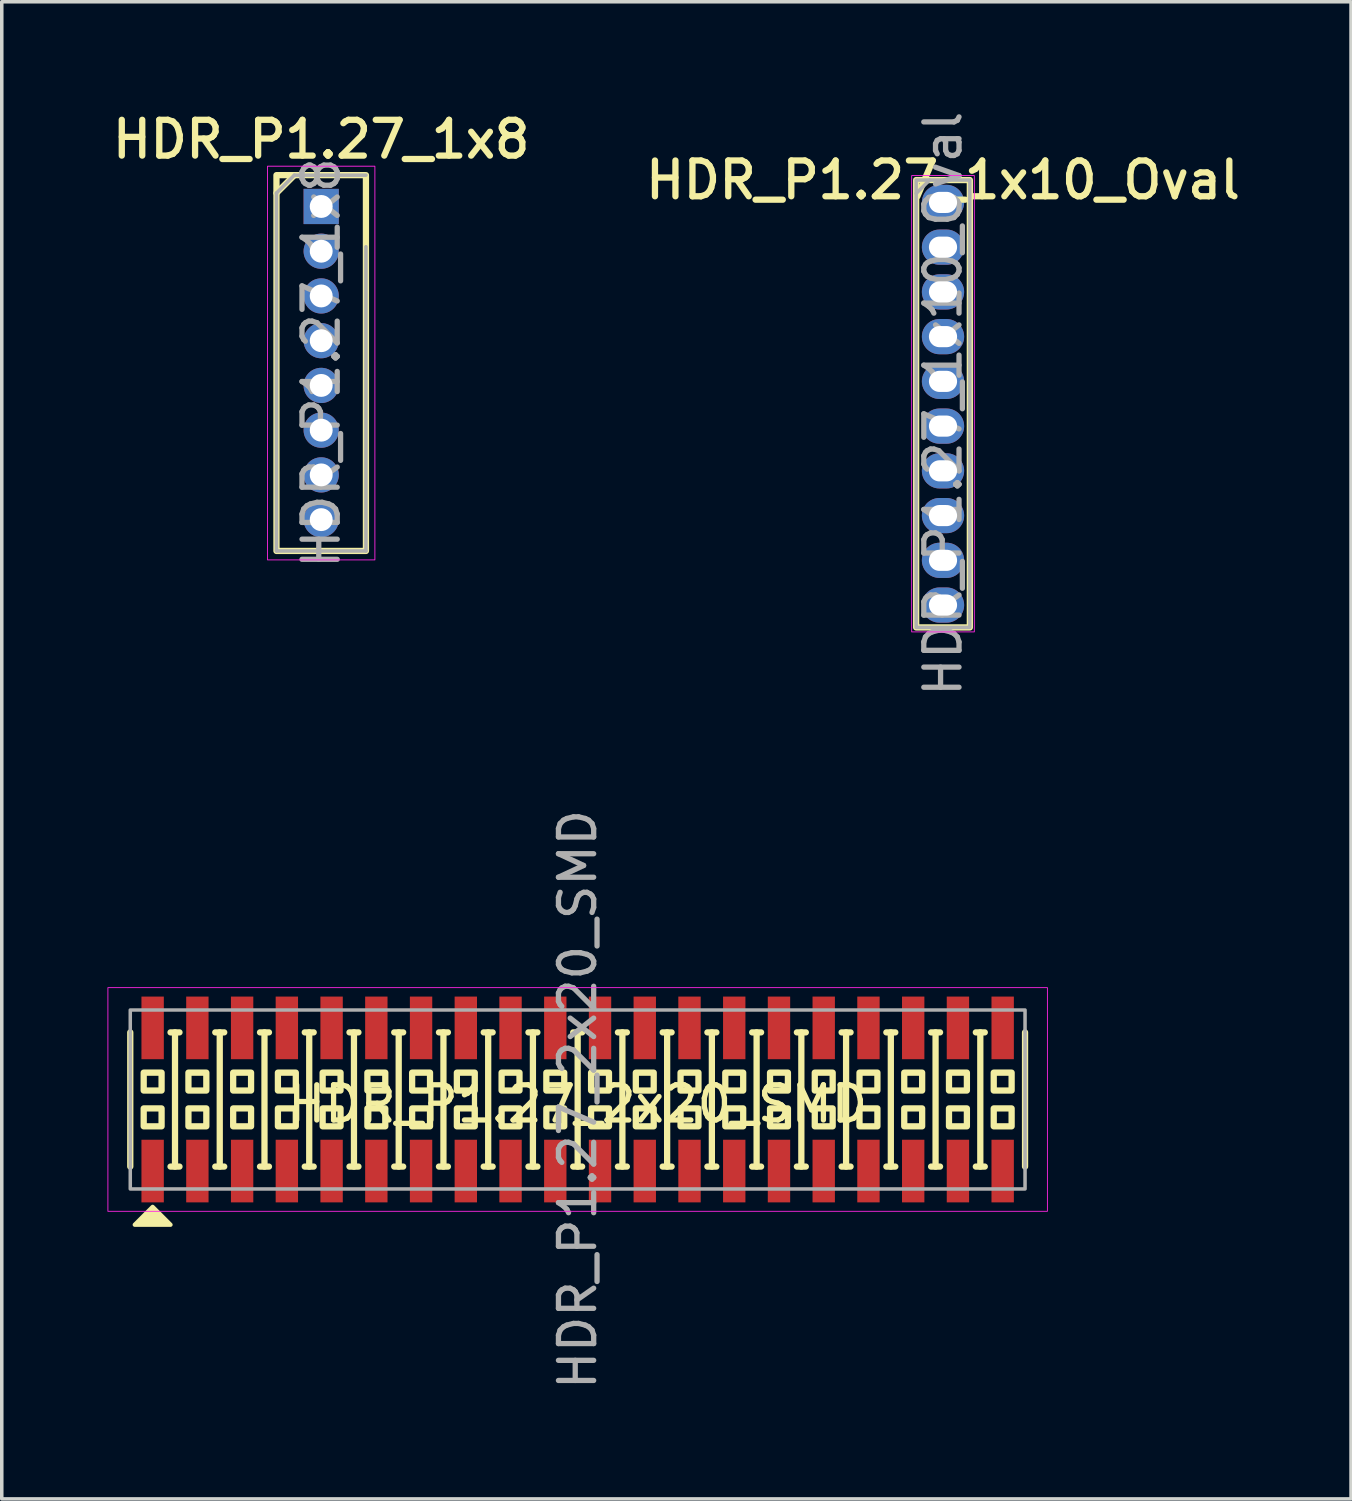
<source format=kicad_pcb>
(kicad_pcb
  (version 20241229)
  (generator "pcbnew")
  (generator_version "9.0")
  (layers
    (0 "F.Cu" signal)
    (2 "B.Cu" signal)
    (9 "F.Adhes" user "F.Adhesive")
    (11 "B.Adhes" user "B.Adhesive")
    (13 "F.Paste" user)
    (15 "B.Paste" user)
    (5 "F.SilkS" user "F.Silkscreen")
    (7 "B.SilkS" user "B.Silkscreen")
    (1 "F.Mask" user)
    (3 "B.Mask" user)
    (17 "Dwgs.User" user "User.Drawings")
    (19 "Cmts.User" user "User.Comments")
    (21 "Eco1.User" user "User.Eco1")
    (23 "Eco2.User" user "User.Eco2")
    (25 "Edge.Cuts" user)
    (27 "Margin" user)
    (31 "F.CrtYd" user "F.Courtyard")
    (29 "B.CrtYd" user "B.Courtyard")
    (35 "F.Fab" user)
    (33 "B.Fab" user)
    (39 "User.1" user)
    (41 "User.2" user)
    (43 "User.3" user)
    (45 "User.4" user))
  (footprint "HDR_P1.27_1x8"
    (layer "F.Cu")
    (at 6.068 7.256)
    (property "Reference" "HDR_P1.27_1x8" (at 0 -6.35 0) (layer "F.SilkS") (effects (font (size 1.016 1.016) (thickness 0.178))))
    (attr through_hole)
    (fp_line (start -1.27 -4.826) (end -0.762 -5.334) (stroke (width 0.178) (type solid)) (layer "F.SilkS"))
    (fp_rect (start -1.27 5.334) (end 1.27 -5.334) (stroke (width 0.178) (type solid)) (fill no) (layer "F.SilkS"))
    (fp_rect (start -1.524 -5.588) (end 1.524 5.588) (stroke (width 0.025) (type solid)) (fill no) (layer "F.CrtYd"))
    (fp_line (start -1.27 -4.826) (end -1.27 5.334) (stroke (width 0.1) (type solid)) (layer "F.Fab"))
    (fp_line (start -1.27 5.334) (end 1.27 5.334) (stroke (width 0.1) (type solid)) (layer "F.Fab"))
    (fp_line (start -0.762 -5.334) (end -1.27 -4.826) (stroke (width 0.1) (type solid)) (layer "F.Fab"))
    (fp_line (start 1.27 -5.334) (end -0.762 -5.334) (stroke (width 0.1) (type solid)) (layer "F.Fab"))
    (fp_line (start 1.27 5.334) (end 1.27 -3.302) (stroke (width 0.1) (type solid)) (layer "F.Fab"))
    (fp_text user "${REFERENCE}" (at 0 0 90) (layer "F.Fab") (effects (font (size 1 1) (thickness 0.15))))
    (pad "1" thru_hole rect (at 0 -4.445) (size 1 1) (drill 0.65) (layers "*.Cu" "*.Mask"))
    (pad "2" thru_hole oval (at 0 -3.175) (size 1 1) (drill 0.65) (layers "*.Cu" "*.Mask"))
    (pad "3" thru_hole oval (at 0 -1.905) (size 1 1) (drill 0.65) (layers "*.Cu" "*.Mask"))
    (pad "4" thru_hole oval (at 0 -0.635) (size 1 1) (drill 0.65) (layers "*.Cu" "*.Mask"))
    (pad "5" thru_hole oval (at 0 0.635) (size 1 1) (drill 0.65) (layers "*.Cu" "*.Mask"))
    (pad "6" thru_hole oval (at 0 1.905) (size 1 1) (drill 0.65) (layers "*.Cu" "*.Mask"))
    (pad "7" thru_hole oval (at 0 3.175) (size 1 1) (drill 0.65) (layers "*.Cu" "*.Mask"))
    (pad "8" thru_hole oval (at 0 4.445) (size 1 1) (drill 0.65) (layers "*.Cu" "*.Mask")))
  (footprint "HDR_P1.27_2x20_SMD"
    (layer "F.Cu")
    (at 13.348 28.161)
    (property "Reference" "HDR_P1.27_2x20_SMD" (at 0 0.127 0) (layer "F.SilkS") (effects (font (size 1 1) (thickness 0.15))))
    (attr smd)
    (fp_line (start -12.7 1.905) (end -12.7 -1.905) (stroke (width 0.178) (type solid)) (layer "F.SilkS"))
    (fp_line (start -11.557 -1.905) (end -11.303 -1.905) (stroke (width 0.178) (type solid)) (layer "F.SilkS"))
    (fp_line (start -11.557 1.905) (end -11.303 1.905) (stroke (width 0.178) (type solid)) (layer "F.SilkS"))
    (fp_line (start -11.43 1.905) (end -11.43 -1.905) (stroke (width 0.178) (type solid)) (layer "F.SilkS"))
    (fp_line (start -10.287 -1.905) (end -10.033 -1.905) (stroke (width 0.178) (type solid)) (layer "F.SilkS"))
    (fp_line (start -10.287 1.905) (end -10.033 1.905) (stroke (width 0.178) (type solid)) (layer "F.SilkS"))
    (fp_line (start -10.16 1.905) (end -10.16 -1.905) (stroke (width 0.178) (type solid)) (layer "F.SilkS"))
    (fp_line (start -9.017 -1.905) (end -8.763 -1.905) (stroke (width 0.178) (type solid)) (layer "F.SilkS"))
    (fp_line (start -9.017 1.905) (end -8.763 1.905) (stroke (width 0.178) (type solid)) (layer "F.SilkS"))
    (fp_line (start -8.89 1.905) (end -8.89 -1.905) (stroke (width 0.178) (type solid)) (layer "F.SilkS"))
    (fp_line (start -7.747 -1.905) (end -7.493 -1.905) (stroke (width 0.178) (type solid)) (layer "F.SilkS"))
    (fp_line (start -7.747 1.905) (end -7.493 1.905) (stroke (width 0.178) (type solid)) (layer "F.SilkS"))
    (fp_line (start -7.62 1.905) (end -7.62 -1.905) (stroke (width 0.178) (type solid)) (layer "F.SilkS"))
    (fp_line (start -6.477 -1.905) (end -6.223 -1.905) (stroke (width 0.178) (type solid)) (layer "F.SilkS"))
    (fp_line (start -6.477 1.905) (end -6.223 1.905) (stroke (width 0.178) (type solid)) (layer "F.SilkS"))
    (fp_line (start -6.35 1.905) (end -6.35 -1.905) (stroke (width 0.178) (type solid)) (layer "F.SilkS"))
    (fp_line (start -5.207 -1.905) (end -4.953 -1.905) (stroke (width 0.178) (type solid)) (layer "F.SilkS"))
    (fp_line (start -5.207 1.905) (end -4.953 1.905) (stroke (width 0.178) (type solid)) (layer "F.SilkS"))
    (fp_line (start -5.08 1.905) (end -5.08 -1.905) (stroke (width 0.178) (type solid)) (layer "F.SilkS"))
    (fp_line (start -3.937 -1.905) (end -3.683 -1.905) (stroke (width 0.178) (type solid)) (layer "F.SilkS"))
    (fp_line (start -3.937 1.905) (end -3.683 1.905) (stroke (width 0.178) (type solid)) (layer "F.SilkS"))
    (fp_line (start -3.81 1.905) (end -3.81 -1.905) (stroke (width 0.178) (type solid)) (layer "F.SilkS"))
    (fp_line (start -2.667 -1.905) (end -2.413 -1.905) (stroke (width 0.178) (type solid)) (layer "F.SilkS"))
    (fp_line (start -2.667 1.905) (end -2.413 1.905) (stroke (width 0.178) (type solid)) (layer "F.SilkS"))
    (fp_line (start -2.54 1.905) (end -2.54 -1.905) (stroke (width 0.178) (type solid)) (layer "F.SilkS"))
    (fp_line (start -1.397 -1.905) (end -1.143 -1.905) (stroke (width 0.178) (type solid)) (layer "F.SilkS"))
    (fp_line (start -1.397 1.905) (end -1.143 1.905) (stroke (width 0.178) (type solid)) (layer "F.SilkS"))
    (fp_line (start -1.27 1.905) (end -1.27 -1.905) (stroke (width 0.178) (type solid)) (layer "F.SilkS"))
    (fp_line (start -0.127 -1.905) (end 0.127 -1.905) (stroke (width 0.178) (type solid)) (layer "F.SilkS"))
    (fp_line (start -0.127 1.905) (end 0.127 1.905) (stroke (width 0.178) (type solid)) (layer "F.SilkS"))
    (fp_line (start 0 1.905) (end 0 -1.905) (stroke (width 0.178) (type solid)) (layer "F.SilkS"))
    (fp_line (start 1.143 -1.905) (end 1.397 -1.905) (stroke (width 0.178) (type solid)) (layer "F.SilkS"))
    (fp_line (start 1.143 1.905) (end 1.397 1.905) (stroke (width 0.178) (type solid)) (layer "F.SilkS"))
    (fp_line (start 1.27 1.905) (end 1.27 -1.905) (stroke (width 0.178) (type solid)) (layer "F.SilkS"))
    (fp_line (start 2.413 -1.905) (end 2.667 -1.905) (stroke (width 0.178) (type solid)) (layer "F.SilkS"))
    (fp_line (start 2.413 1.905) (end 2.667 1.905) (stroke (width 0.178) (type solid)) (layer "F.SilkS"))
    (fp_line (start 2.54 1.905) (end 2.54 -1.905) (stroke (width 0.178) (type solid)) (layer "F.SilkS"))
    (fp_line (start 3.683 -1.905) (end 3.937 -1.905) (stroke (width 0.178) (type solid)) (layer "F.SilkS"))
    (fp_line (start 3.683 1.905) (end 3.937 1.905) (stroke (width 0.178) (type solid)) (layer "F.SilkS"))
    (fp_line (start 3.81 1.905) (end 3.81 -1.905) (stroke (width 0.178) (type solid)) (layer "F.SilkS"))
    (fp_line (start 4.953 -1.905) (end 5.207 -1.905) (stroke (width 0.178) (type solid)) (layer "F.SilkS"))
    (fp_line (start 4.953 1.905) (end 5.207 1.905) (stroke (width 0.178) (type solid)) (layer "F.SilkS"))
    (fp_line (start 5.08 1.905) (end 5.08 -1.905) (stroke (width 0.178) (type solid)) (layer "F.SilkS"))
    (fp_line (start 6.223 -1.905) (end 6.477 -1.905) (stroke (width 0.178) (type solid)) (layer "F.SilkS"))
    (fp_line (start 6.223 1.905) (end 6.477 1.905) (stroke (width 0.178) (type solid)) (layer "F.SilkS"))
    (fp_line (start 6.35 1.905) (end 6.35 -1.905) (stroke (width 0.178) (type solid)) (layer "F.SilkS"))
    (fp_line (start 7.493 -1.905) (end 7.747 -1.905) (stroke (width 0.178) (type solid)) (layer "F.SilkS"))
    (fp_line (start 7.493 1.905) (end 7.747 1.905) (stroke (width 0.178) (type solid)) (layer "F.SilkS"))
    (fp_line (start 7.62 1.905) (end 7.62 -1.905) (stroke (width 0.178) (type solid)) (layer "F.SilkS"))
    (fp_line (start 8.763 -1.905) (end 9.017 -1.905) (stroke (width 0.178) (type solid)) (layer "F.SilkS"))
    (fp_line (start 8.763 1.905) (end 9.017 1.905) (stroke (width 0.178) (type solid)) (layer "F.SilkS"))
    (fp_line (start 8.89 1.905) (end 8.89 -1.905) (stroke (width 0.178) (type solid)) (layer "F.SilkS"))
    (fp_line (start 10.033 -1.905) (end 10.287 -1.905) (stroke (width 0.178) (type solid)) (layer "F.SilkS"))
    (fp_line (start 10.033 1.905) (end 10.287 1.905) (stroke (width 0.178) (type solid)) (layer "F.SilkS"))
    (fp_line (start 10.16 1.905) (end 10.16 -1.905) (stroke (width 0.178) (type solid)) (layer "F.SilkS"))
    (fp_line (start 11.303 -1.905) (end 11.557 -1.905) (stroke (width 0.178) (type solid)) (layer "F.SilkS"))
    (fp_line (start 11.303 1.905) (end 11.557 1.905) (stroke (width 0.178) (type solid)) (layer "F.SilkS"))
    (fp_line (start 11.43 1.905) (end 11.43 -1.905) (stroke (width 0.178) (type solid)) (layer "F.SilkS"))
    (fp_line (start 12.7 1.905) (end 12.7 -1.905) (stroke (width 0.178) (type solid)) (layer "F.SilkS"))
    (fp_rect (start -12.319 -0.762) (end -11.811 -0.254) (stroke (width 0.178) (type solid)) (fill no) (layer "F.SilkS"))
    (fp_rect (start -12.319 0.254) (end -11.811 0.762) (stroke (width 0.178) (type solid)) (fill no) (layer "F.SilkS"))
    (fp_rect (start -11.049 -0.762) (end -10.541 -0.254) (stroke (width 0.178) (type solid)) (fill no) (layer "F.SilkS"))
    (fp_rect (start -11.049 0.254) (end -10.541 0.762) (stroke (width 0.178) (type solid)) (fill no) (layer "F.SilkS"))
    (fp_rect (start -9.779 -0.762) (end -9.271 -0.254) (stroke (width 0.178) (type solid)) (fill no) (layer "F.SilkS"))
    (fp_rect (start -9.779 0.254) (end -9.271 0.762) (stroke (width 0.178) (type solid)) (fill no) (layer "F.SilkS"))
    (fp_rect (start -8.509 -0.762) (end -8.001 -0.254) (stroke (width 0.178) (type solid)) (fill no) (layer "F.SilkS"))
    (fp_rect (start -8.509 0.254) (end -8.001 0.762) (stroke (width 0.178) (type solid)) (fill no) (layer "F.SilkS"))
    (fp_rect (start -7.239 -0.762) (end -6.731 -0.254) (stroke (width 0.178) (type solid)) (fill no) (layer "F.SilkS"))
    (fp_rect (start -7.239 0.254) (end -6.731 0.762) (stroke (width 0.178) (type solid)) (fill no) (layer "F.SilkS"))
    (fp_rect (start -5.969 -0.762) (end -5.461 -0.254) (stroke (width 0.178) (type solid)) (fill no) (layer "F.SilkS"))
    (fp_rect (start -5.969 0.254) (end -5.461 0.762) (stroke (width 0.178) (type solid)) (fill no) (layer "F.SilkS"))
    (fp_rect (start -4.699 -0.762) (end -4.191 -0.254) (stroke (width 0.178) (type solid)) (fill no) (layer "F.SilkS"))
    (fp_rect (start -4.699 0.254) (end -4.191 0.762) (stroke (width 0.178) (type solid)) (fill no) (layer "F.SilkS"))
    (fp_rect (start -3.429 -0.762) (end -2.921 -0.254) (stroke (width 0.178) (type solid)) (fill no) (layer "F.SilkS"))
    (fp_rect (start -3.429 0.254) (end -2.921 0.762) (stroke (width 0.178) (type solid)) (fill no) (layer "F.SilkS"))
    (fp_rect (start -2.159 -0.762) (end -1.651 -0.254) (stroke (width 0.178) (type solid)) (fill no) (layer "F.SilkS"))
    (fp_rect (start -2.159 0.254) (end -1.651 0.762) (stroke (width 0.178) (type solid)) (fill no) (layer "F.SilkS"))
    (fp_rect (start -0.889 -0.762) (end -0.381 -0.254) (stroke (width 0.178) (type solid)) (fill no) (layer "F.SilkS"))
    (fp_rect (start -0.889 0.254) (end -0.381 0.762) (stroke (width 0.178) (type solid)) (fill no) (layer "F.SilkS"))
    (fp_rect (start 0.381 -0.762) (end 0.889 -0.254) (stroke (width 0.178) (type solid)) (fill no) (layer "F.SilkS"))
    (fp_rect (start 0.381 0.254) (end 0.889 0.762) (stroke (width 0.178) (type solid)) (fill no) (layer "F.SilkS"))
    (fp_rect (start 1.651 -0.762) (end 2.159 -0.254) (stroke (width 0.178) (type solid)) (fill no) (layer "F.SilkS"))
    (fp_rect (start 1.651 0.254) (end 2.159 0.762) (stroke (width 0.178) (type solid)) (fill no) (layer "F.SilkS"))
    (fp_rect (start 2.921 -0.762) (end 3.429 -0.254) (stroke (width 0.178) (type solid)) (fill no) (layer "F.SilkS"))
    (fp_rect (start 2.921 0.254) (end 3.429 0.762) (stroke (width 0.178) (type solid)) (fill no) (layer "F.SilkS"))
    (fp_rect (start 4.191 -0.762) (end 4.699 -0.254) (stroke (width 0.178) (type solid)) (fill no) (layer "F.SilkS"))
    (fp_rect (start 4.191 0.254) (end 4.699 0.762) (stroke (width 0.178) (type solid)) (fill no) (layer "F.SilkS"))
    (fp_rect (start 5.461 -0.762) (end 5.969 -0.254) (stroke (width 0.178) (type solid)) (fill no) (layer "F.SilkS"))
    (fp_rect (start 5.461 0.254) (end 5.969 0.762) (stroke (width 0.178) (type solid)) (fill no) (layer "F.SilkS"))
    (fp_rect (start 6.731 -0.762) (end 7.239 -0.254) (stroke (width 0.178) (type solid)) (fill no) (layer "F.SilkS"))
    (fp_rect (start 6.731 0.254) (end 7.239 0.762) (stroke (width 0.178) (type solid)) (fill no) (layer "F.SilkS"))
    (fp_rect (start 8.001 -0.762) (end 8.509 -0.254) (stroke (width 0.178) (type solid)) (fill no) (layer "F.SilkS"))
    (fp_rect (start 8.001 0.254) (end 8.509 0.762) (stroke (width 0.178) (type solid)) (fill no) (layer "F.SilkS"))
    (fp_rect (start 9.271 -0.762) (end 9.779 -0.254) (stroke (width 0.178) (type solid)) (fill no) (layer "F.SilkS"))
    (fp_rect (start 9.271 0.254) (end 9.779 0.762) (stroke (width 0.178) (type solid)) (fill no) (layer "F.SilkS"))
    (fp_rect (start 10.541 -0.762) (end 11.049 -0.254) (stroke (width 0.178) (type solid)) (fill no) (layer "F.SilkS"))
    (fp_rect (start 10.541 0.254) (end 11.049 0.762) (stroke (width 0.178) (type solid)) (fill no) (layer "F.SilkS"))
    (fp_rect (start 11.811 -0.762) (end 12.319 -0.254) (stroke (width 0.178) (type solid)) (fill no) (layer "F.SilkS"))
    (fp_rect (start 11.811 0.254) (end 12.319 0.762) (stroke (width 0.178) (type solid)) (fill no) (layer "F.SilkS"))
    (fp_poly (pts (xy -11.557 3.556) (xy -12.573 3.556) (xy -12.065 3.048)) (stroke (width 0.12) (type solid)) (fill yes) (layer "F.SilkS"))
    (fp_rect (start -13.335 -3.175) (end 13.335 3.175) (stroke (width 0.025) (type solid)) (fill no) (layer "F.CrtYd"))
    (fp_rect (start -12.7 -2.54) (end 12.7 2.54) (stroke (width 0.1) (type solid)) (fill no) (layer "F.Fab"))
    (fp_text user "${REFERENCE}" (at 0 0 90) (layer "F.Fab") (effects (font (size 1 1) (thickness 0.15))))
    (pad "1" smd rect (at -12.065 2.032) (size 0.635 1.778) (layers "F.Cu" "F.Mask" "F.Paste"))
    (pad "2" smd rect (at -12.065 -2.032) (size 0.635 1.778) (layers "F.Cu" "F.Mask" "F.Paste"))
    (pad "3" smd rect (at -10.795 2.032) (size 0.635 1.778) (layers "F.Cu" "F.Mask" "F.Paste"))
    (pad "4" smd rect (at -10.795 -2.032) (size 0.635 1.778) (layers "F.Cu" "F.Mask" "F.Paste"))
    (pad "5" smd rect (at -9.525 2.032) (size 0.635 1.778) (layers "F.Cu" "F.Mask" "F.Paste"))
    (pad "6" smd rect (at -9.525 -2.032) (size 0.635 1.778) (layers "F.Cu" "F.Mask" "F.Paste"))
    (pad "7" smd rect (at -8.255 2.032) (size 0.635 1.778) (layers "F.Cu" "F.Mask" "F.Paste"))
    (pad "8" smd rect (at -8.255 -2.032) (size 0.635 1.778) (layers "F.Cu" "F.Mask" "F.Paste"))
    (pad "9" smd rect (at -6.985 2.032) (size 0.635 1.778) (layers "F.Cu" "F.Mask" "F.Paste"))
    (pad "10" smd rect (at -6.985 -2.032) (size 0.635 1.778) (layers "F.Cu" "F.Mask" "F.Paste"))
    (pad "11" smd rect (at -5.715 2.032) (size 0.635 1.778) (layers "F.Cu" "F.Mask" "F.Paste"))
    (pad "12" smd rect (at -5.715 -2.032) (size 0.635 1.778) (layers "F.Cu" "F.Mask" "F.Paste"))
    (pad "13" smd rect (at -4.445 2.032) (size 0.635 1.778) (layers "F.Cu" "F.Mask" "F.Paste"))
    (pad "14" smd rect (at -4.445 -2.032) (size 0.635 1.778) (layers "F.Cu" "F.Mask" "F.Paste"))
    (pad "15" smd rect (at -3.175 2.032) (size 0.635 1.778) (layers "F.Cu" "F.Mask" "F.Paste"))
    (pad "16" smd rect (at -3.175 -2.032) (size 0.635 1.778) (layers "F.Cu" "F.Mask" "F.Paste"))
    (pad "17" smd rect (at -1.905 2.032) (size 0.635 1.778) (layers "F.Cu" "F.Mask" "F.Paste"))
    (pad "18" smd rect (at -1.905 -2.032) (size 0.635 1.778) (layers "F.Cu" "F.Mask" "F.Paste"))
    (pad "19" smd rect (at -0.635 2.032) (size 0.635 1.778) (layers "F.Cu" "F.Mask" "F.Paste"))
    (pad "20" smd rect (at -0.635 -2.032) (size 0.635 1.778) (layers "F.Cu" "F.Mask" "F.Paste"))
    (pad "21" smd rect (at 0.635 2.032) (size 0.635 1.778) (layers "F.Cu" "F.Mask" "F.Paste"))
    (pad "22" smd rect (at 0.635 -2.032) (size 0.635 1.778) (layers "F.Cu" "F.Mask" "F.Paste"))
    (pad "23" smd rect (at 1.905 2.032) (size 0.635 1.778) (layers "F.Cu" "F.Mask" "F.Paste"))
    (pad "24" smd rect (at 1.905 -2.032) (size 0.635 1.778) (layers "F.Cu" "F.Mask" "F.Paste"))
    (pad "25" smd rect (at 3.175 2.032) (size 0.635 1.778) (layers "F.Cu" "F.Mask" "F.Paste"))
    (pad "26" smd rect (at 3.175 -2.032) (size 0.635 1.778) (layers "F.Cu" "F.Mask" "F.Paste"))
    (pad "27" smd rect (at 4.445 2.032) (size 0.635 1.778) (layers "F.Cu" "F.Mask" "F.Paste"))
    (pad "28" smd rect (at 4.445 -2.032) (size 0.635 1.778) (layers "F.Cu" "F.Mask" "F.Paste"))
    (pad "29" smd rect (at 5.715 2.032) (size 0.635 1.778) (layers "F.Cu" "F.Mask" "F.Paste"))
    (pad "30" smd rect (at 5.715 -2.032) (size 0.635 1.778) (layers "F.Cu" "F.Mask" "F.Paste"))
    (pad "31" smd rect (at 6.985 2.032) (size 0.635 1.778) (layers "F.Cu" "F.Mask" "F.Paste"))
    (pad "32" smd rect (at 6.985 -2.032) (size 0.635 1.778) (layers "F.Cu" "F.Mask" "F.Paste"))
    (pad "33" smd rect (at 8.255 2.032) (size 0.635 1.778) (layers "F.Cu" "F.Mask" "F.Paste"))
    (pad "34" smd rect (at 8.255 -2.032) (size 0.635 1.778) (layers "F.Cu" "F.Mask" "F.Paste"))
    (pad "35" smd rect (at 9.525 2.032) (size 0.635 1.778) (layers "F.Cu" "F.Mask" "F.Paste"))
    (pad "36" smd rect (at 9.525 -2.032) (size 0.635 1.778) (layers "F.Cu" "F.Mask" "F.Paste"))
    (pad "37" smd rect (at 10.795 2.032) (size 0.635 1.778) (layers "F.Cu" "F.Mask" "F.Paste"))
    (pad "38" smd rect (at 10.795 -2.032) (size 0.635 1.778) (layers "F.Cu" "F.Mask" "F.Paste"))
    (pad "39" smd rect (at 12.065 2.032) (size 0.635 1.778) (layers "F.Cu" "F.Mask" "F.Paste"))
    (pad "40" smd rect (at 12.065 -2.032) (size 0.635 1.778) (layers "F.Cu" "F.Mask" "F.Paste")))
  (footprint "HDR_P1.27_1x10_Oval"
    (layer "F.Cu")
    (at 23.719 8.411)
    (property "Reference" "HDR_P1.27_1x10_Oval" (at 0 -6.35 0) (layer "F.SilkS") (effects (font (size 1.016 1.016) (thickness 0.178))))
    (attr through_hole)
    (fp_rect (start -0.762 6.35) (end 0.762 -6.35) (stroke (width 0.178) (type solid)) (fill no) (layer "F.SilkS"))
    (fp_rect (start -0.889 -6.477) (end 0.889 6.477) (stroke (width 0.025) (type solid)) (fill no) (layer "F.CrtYd"))
    (fp_line (start -0.762 -5.969) (end -0.381 -6.35) (stroke (width 0.1) (type default)) (layer "F.Fab"))
    (fp_rect (start -0.762 -6.35) (end 0.762 6.35) (stroke (width 0.1) (type default)) (fill no) (layer "F.Fab"))
    (fp_text user "${REFERENCE}" (at 0 0 90) (layer "F.Fab") (effects (font (size 1 1) (thickness 0.15))))
    (pad "1" thru_hole oval (at 0 -5.715) (size 1.2 1) (drill oval 0.8 0.6) (layers "*.Cu" "*.Mask"))
    (pad "2" thru_hole oval (at 0 -4.445) (size 1.2 1) (drill oval 0.8 0.6) (layers "*.Cu" "*.Mask"))
    (pad "3" thru_hole oval (at 0 -3.175) (size 1.2 1) (drill oval 0.8 0.6) (layers "*.Cu" "*.Mask"))
    (pad "4" thru_hole oval (at 0 -1.905) (size 1.2 1) (drill oval 0.8 0.6) (layers "*.Cu" "*.Mask"))
    (pad "5" thru_hole oval (at 0 -0.635) (size 1.2 1) (drill oval 0.8 0.6) (layers "*.Cu" "*.Mask"))
    (pad "6" thru_hole oval (at 0 0.635) (size 1.2 1) (drill oval 0.8 0.6) (layers "*.Cu" "*.Mask"))
    (pad "7" thru_hole oval (at 0 1.905) (size 1.2 1) (drill oval 0.8 0.6) (layers "*.Cu" "*.Mask"))
    (pad "8" thru_hole oval (at 0 3.175) (size 1.2 1) (drill oval 0.8 0.6) (layers "*.Cu" "*.Mask"))
    (pad "9" thru_hole oval (at 0 4.445) (size 1.2 1) (drill oval 0.8 0.6) (layers "*.Cu" "*.Mask"))
    (pad "10" thru_hole oval (at 0 5.715) (size 1.2 1) (drill oval 0.8 0.6) (layers "*.Cu" "*.Mask")))
  (gr_rect
    (start -3 -3)
    (end 35.302 39.5)
    (stroke (width 0.1) (type default))
    (fill no)
    (layer "Edge.Cuts")))
</source>
